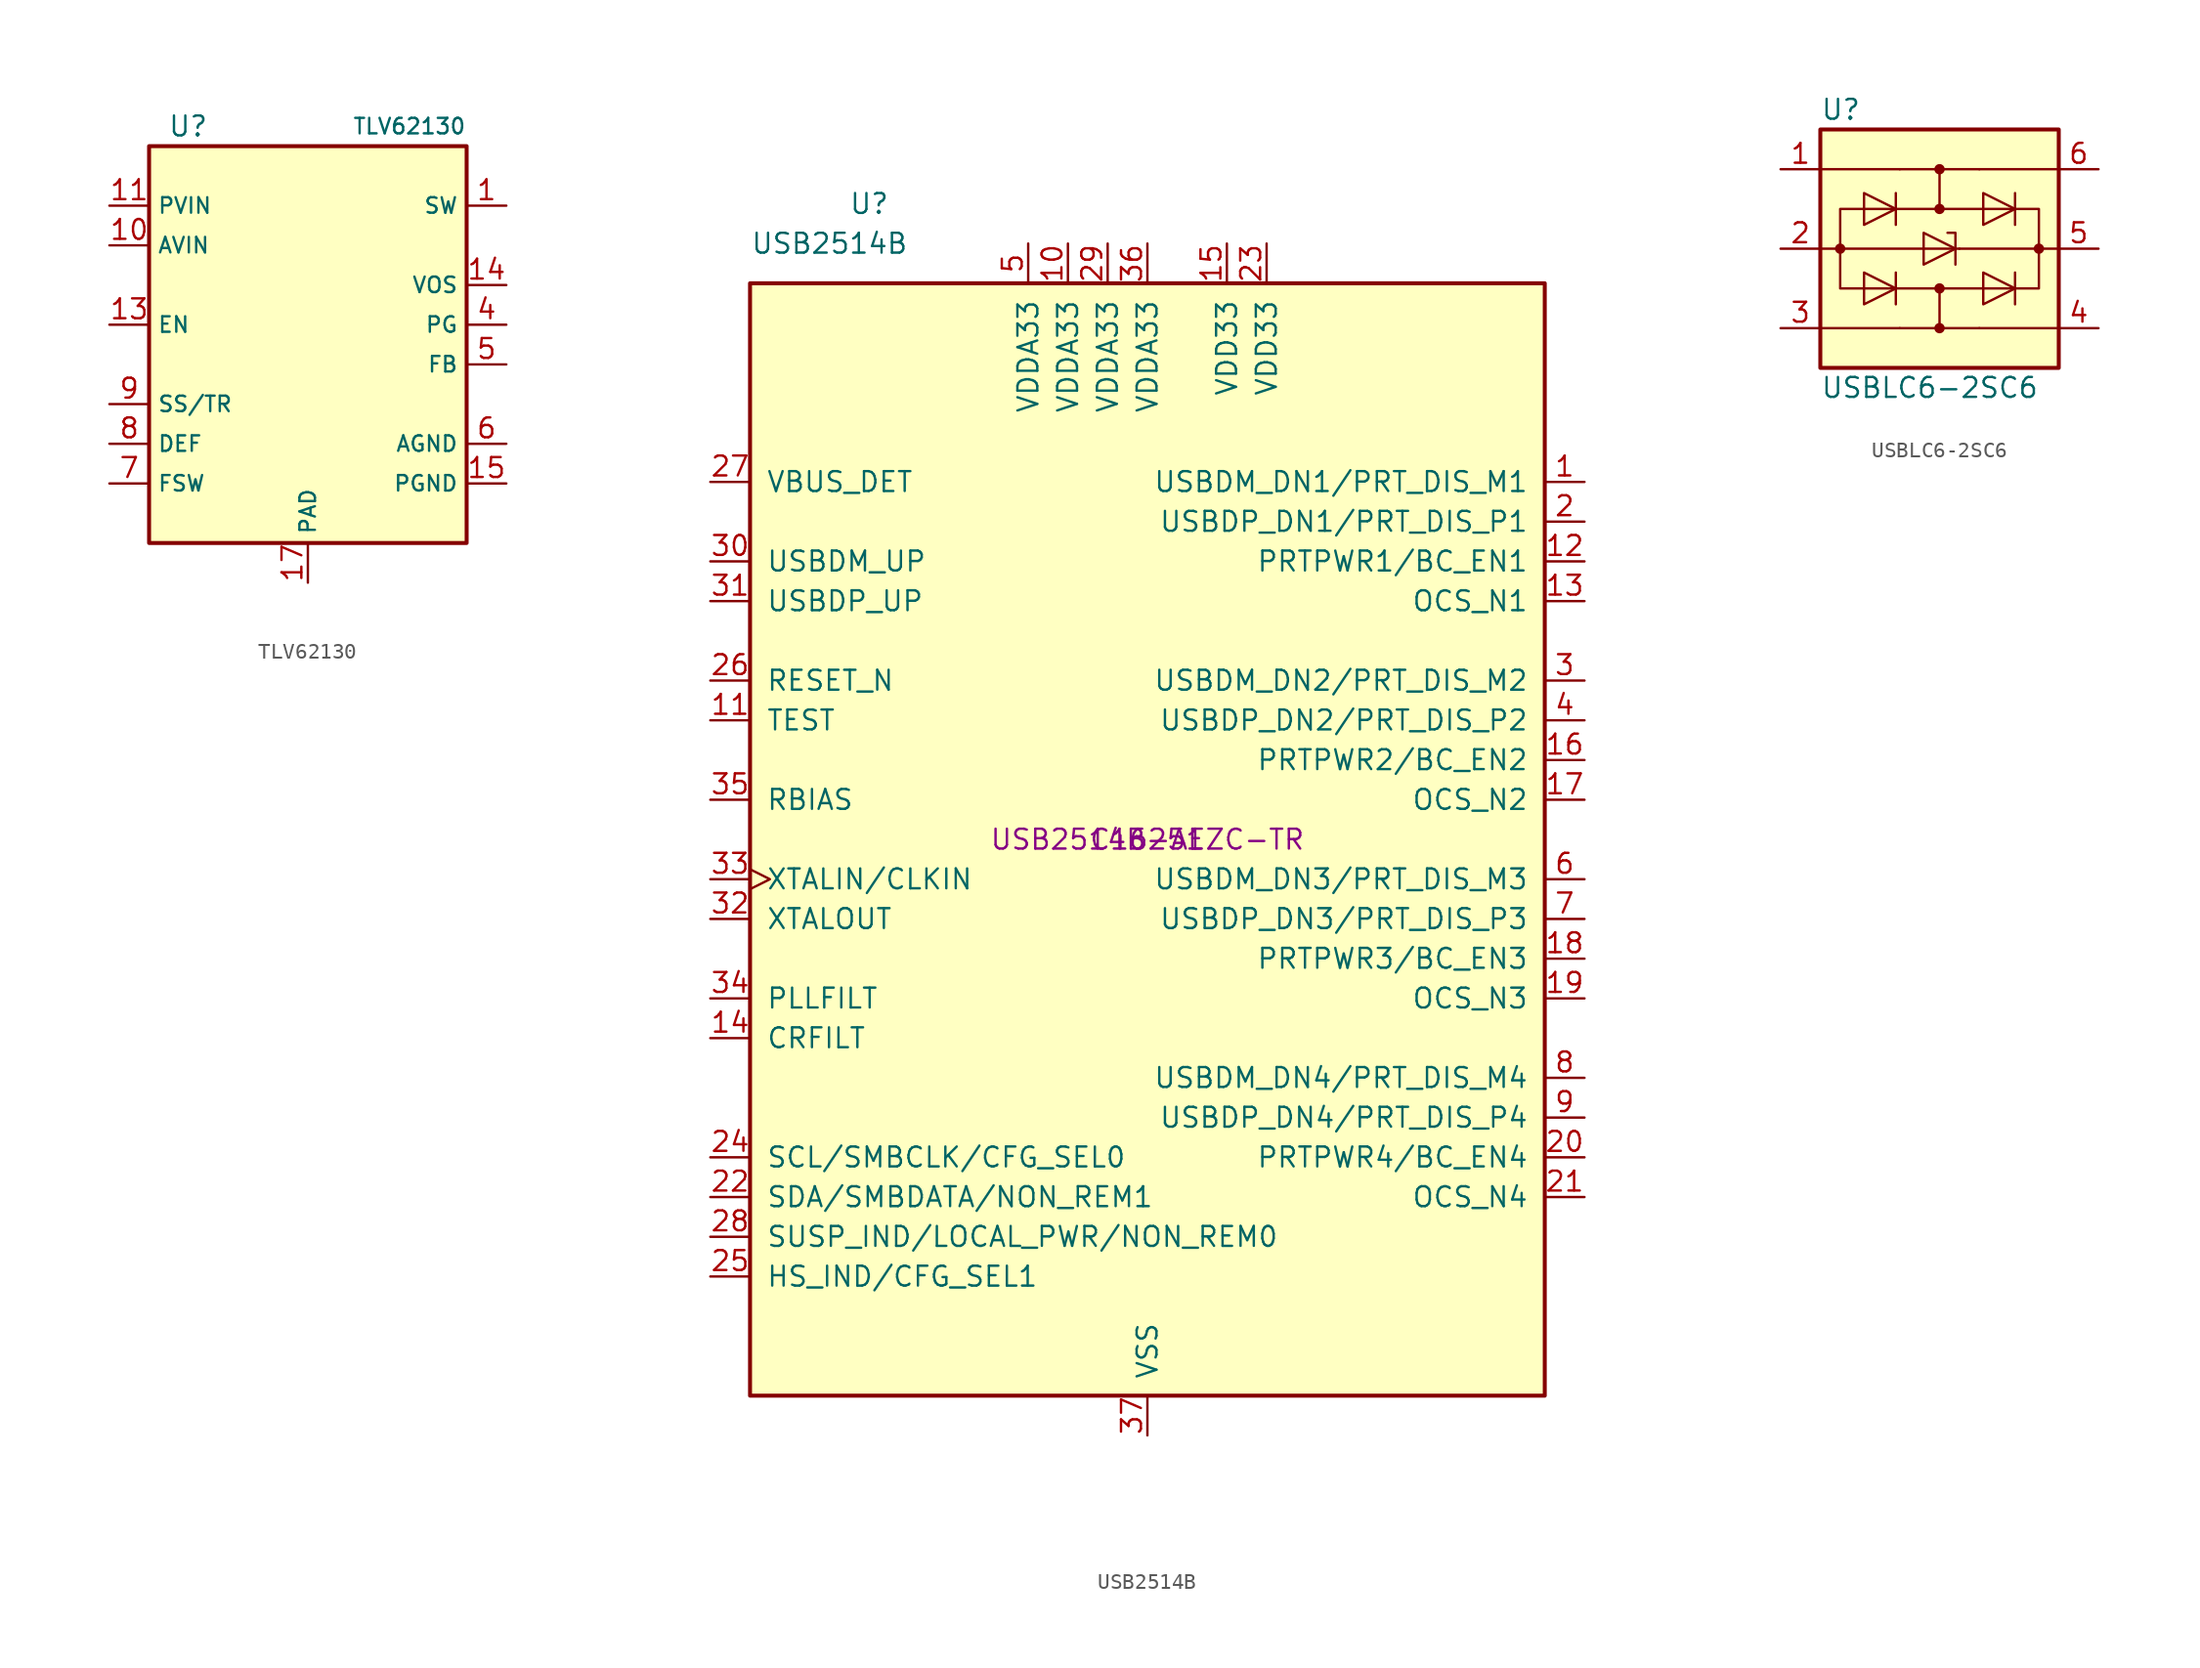
<source format=kicad_sym>
(kicad_symbol_lib
  (version 20211014)
  (generator kicad_symbol_editor)
  (symbol "TLV62130"
    (property "Reference" "U"
      (at -6.35 8.89 0)
      (effects (font (size 1.27 1.27)) (justify right)))
    (property "Value" "TLV62130"
      (at 10.16 8.89 0)
      (effects (font (size 0.991 0.991)) (justify right)))
    (symbol "TLV62130_0_1"
      (rectangle (start -10.16 7.62) (end 10.16 -17.78) (stroke (width 0.254) (type default) (color 0 0 0 0)) (fill (type background))))
    (symbol "TLV62130_1_1"
      (pin passive line (at 12.7 3.81 180) (length 2.54) (name "SW" (effects (font (size 0.991 0.991)))) (number "1" (effects (font (size 1.27 1.27)))))
      (pin power_in line (at -12.7 1.27 0) (length 2.54) (name "AVIN" (effects (font (size 0.991 0.991)))) (number "10" (effects (font (size 1.27 1.27)))))
      (pin power_in line (at -12.7 3.81 0) (length 2.54) (name "PVIN" (effects (font (size 0.991 0.991)))) (number "11" (effects (font (size 1.27 1.27)))))
      (pin power_in line (at -12.7 3.81 0) (length 2.54) hide (name "PVIN" (effects (font (size 0.991 0.991)))) (number "12" (effects (font (size 1.27 1.27)))))
      (pin passive line (at -12.7 -3.81 0) (length 2.54) (name "EN" (effects (font (size 0.991 0.991)))) (number "13" (effects (font (size 1.27 1.27)))))
      (pin passive line (at 12.7 -1.27 180) (length 2.54) (name "VOS" (effects (font (size 0.991 0.991)))) (number "14" (effects (font (size 1.27 1.27)))))
      (pin passive line (at 12.7 -13.97 180) (length 2.54) (name "PGND" (effects (font (size 0.991 0.991)))) (number "15" (effects (font (size 1.27 1.27)))))
      (pin passive line (at 12.7 -13.97 180) (length 2.54) hide (name "PGND" (effects (font (size 0.991 0.991)))) (number "16" (effects (font (size 1.27 1.27)))))
      (pin passive line (at 0 -20.32 90) (length 2.54) (name "PAD" (effects (font (size 0.991 0.991)))) (number "17" (effects (font (size 1.27 1.27)))))
      (pin passive line (at 12.7 3.81 180) (length 2.54) hide (name "SW" (effects (font (size 0.991 0.991)))) (number "2" (effects (font (size 1.27 1.27)))))
      (pin passive line (at 12.7 3.81 180) (length 2.54) hide (name "SW" (effects (font (size 0.991 0.991)))) (number "3" (effects (font (size 1.27 1.27)))))
      (pin passive line (at 12.7 -3.81 180) (length 2.54) (name "PG" (effects (font (size 0.991 0.991)))) (number "4" (effects (font (size 1.27 1.27)))))
      (pin input line (at 12.7 -6.35 180) (length 2.54) (name "FB" (effects (font (size 0.991 0.991)))) (number "5" (effects (font (size 1.27 1.27)))))
      (pin passive line (at 12.7 -11.43 180) (length 2.54) (name "AGND" (effects (font (size 0.991 0.991)))) (number "6" (effects (font (size 1.27 1.27)))))
      (pin passive line (at -12.7 -13.97 0) (length 2.54) (name "FSW" (effects (font (size 0.991 0.991)))) (number "7" (effects (font (size 1.27 1.27)))))
      (pin passive line (at -12.7 -11.43 0) (length 2.54) (name "DEF" (effects (font (size 0.991 0.991)))) (number "8" (effects (font (size 1.27 1.27)))))
      (pin passive line (at -12.7 -8.89 0) (length 2.54) (name "SS/TR" (effects (font (size 0.991 0.991)))) (number "9" (effects (font (size 1.27 1.27)))))))
  (symbol "USB2514B"
    (pin_names
      (offset 1.016))
    (property "Reference" "U"
      (at -17.78 40.64 0)
      (effects (font (size 1.27 1.27))))
    (property "Value" "USB2514B"
      (at -20.32 38.1 0)
      (effects (font (size 1.27 1.27))))
    (property "Manufacturer Part #" "USB2514B-AEZC-TR"
      (at 0 0 0)
      (effects (font (size 1.27 1.27))))
    (property "JLCPCB Part #" "C16251"
      (at 0 0 0)
      (effects (font (size 1.27 1.27))))
    (symbol "USB2514B_0_1"
      (rectangle (start -25.4 35.56) (end 25.4 -35.56) (stroke (width 0.254) (type default) (color 0 0 0 0)) (fill (type background))))
    (symbol "USB2514B_1_1"
      (pin bidirectional line (at 27.94 22.86 180) (length 2.54) (name "USBDM_DN1/PRT_DIS_M1" (effects (font (size 1.27 1.27)))) (number "1" (effects (font (size 1.27 1.27)))))
      (pin power_in line (at -5.08 38.1 270) (length 2.54) (name "VDDA33" (effects (font (size 1.27 1.27)))) (number "10" (effects (font (size 1.27 1.27)))))
      (pin input line (at -27.94 7.62 0) (length 2.54) (name "TEST" (effects (font (size 1.27 1.27)))) (number "11" (effects (font (size 1.27 1.27)))))
      (pin bidirectional line (at 27.94 17.78 180) (length 2.54) (name "PRTPWR1/BC_EN1" (effects (font (size 1.27 1.27)))) (number "12" (effects (font (size 1.27 1.27)))))
      (pin input line (at 27.94 15.24 180) (length 2.54) (name "OCS_N1" (effects (font (size 1.27 1.27)))) (number "13" (effects (font (size 1.27 1.27)))))
      (pin input line (at -27.94 -12.7 0) (length 2.54) (name "CRFILT" (effects (font (size 1.27 1.27)))) (number "14" (effects (font (size 1.27 1.27)))))
      (pin power_in line (at 5.08 38.1 270) (length 2.54) (name "VDD33" (effects (font (size 1.27 1.27)))) (number "15" (effects (font (size 1.27 1.27)))))
      (pin bidirectional line (at 27.94 5.08 180) (length 2.54) (name "PRTPWR2/BC_EN2" (effects (font (size 1.27 1.27)))) (number "16" (effects (font (size 1.27 1.27)))))
      (pin input line (at 27.94 2.54 180) (length 2.54) (name "OCS_N2" (effects (font (size 1.27 1.27)))) (number "17" (effects (font (size 1.27 1.27)))))
      (pin bidirectional line (at 27.94 -7.62 180) (length 2.54) (name "PRTPWR3/BC_EN3" (effects (font (size 1.27 1.27)))) (number "18" (effects (font (size 1.27 1.27)))))
      (pin input line (at 27.94 -10.16 180) (length 2.54) (name "OCS_N3" (effects (font (size 1.27 1.27)))) (number "19" (effects (font (size 1.27 1.27)))))
      (pin bidirectional line (at 27.94 20.32 180) (length 2.54) (name "USBDP_DN1/PRT_DIS_P1" (effects (font (size 1.27 1.27)))) (number "2" (effects (font (size 1.27 1.27)))))
      (pin bidirectional line (at 27.94 -20.32 180) (length 2.54) (name "PRTPWR4/BC_EN4" (effects (font (size 1.27 1.27)))) (number "20" (effects (font (size 1.27 1.27)))))
      (pin input line (at 27.94 -22.86 180) (length 2.54) (name "OCS_N4" (effects (font (size 1.27 1.27)))) (number "21" (effects (font (size 1.27 1.27)))))
      (pin bidirectional line (at -27.94 -22.86 0) (length 2.54) (name "SDA/SMBDATA/NON_REM1" (effects (font (size 1.27 1.27)))) (number "22" (effects (font (size 1.27 1.27)))))
      (pin power_in line (at 7.62 38.1 270) (length 2.54) (name "VDD33" (effects (font (size 1.27 1.27)))) (number "23" (effects (font (size 1.27 1.27)))))
      (pin bidirectional line (at -27.94 -20.32 0) (length 2.54) (name "SCL/SMBCLK/CFG_SEL0" (effects (font (size 1.27 1.27)))) (number "24" (effects (font (size 1.27 1.27)))))
      (pin bidirectional line (at -27.94 -27.94 0) (length 2.54) (name "HS_IND/CFG_SEL1" (effects (font (size 1.27 1.27)))) (number "25" (effects (font (size 1.27 1.27)))))
      (pin input line (at -27.94 10.16 0) (length 2.54) (name "RESET_N" (effects (font (size 1.27 1.27)))) (number "26" (effects (font (size 1.27 1.27)))))
      (pin input line (at -27.94 22.86 0) (length 2.54) (name "VBUS_DET" (effects (font (size 1.27 1.27)))) (number "27" (effects (font (size 1.27 1.27)))))
      (pin bidirectional line (at -27.94 -25.4 0) (length 2.54) (name "SUSP_IND/LOCAL_PWR/NON_REM0" (effects (font (size 1.27 1.27)))) (number "28" (effects (font (size 1.27 1.27)))))
      (pin power_in line (at -2.54 38.1 270) (length 2.54) (name "VDDA33" (effects (font (size 1.27 1.27)))) (number "29" (effects (font (size 1.27 1.27)))))
      (pin bidirectional line (at 27.94 10.16 180) (length 2.54) (name "USBDM_DN2/PRT_DIS_M2" (effects (font (size 1.27 1.27)))) (number "3" (effects (font (size 1.27 1.27)))))
      (pin bidirectional line (at -27.94 17.78 0) (length 2.54) (name "USBDM_UP" (effects (font (size 1.27 1.27)))) (number "30" (effects (font (size 1.27 1.27)))))
      (pin bidirectional line (at -27.94 15.24 0) (length 2.54) (name "USBDP_UP" (effects (font (size 1.27 1.27)))) (number "31" (effects (font (size 1.27 1.27)))))
      (pin output line (at -27.94 -5.08 0) (length 2.54) (name "XTALOUT" (effects (font (size 1.27 1.27)))) (number "32" (effects (font (size 1.27 1.27)))))
      (pin input clock (at -27.94 -2.54 0) (length 2.54) (name "XTALIN/CLKIN" (effects (font (size 1.27 1.27)))) (number "33" (effects (font (size 1.27 1.27)))))
      (pin input line (at -27.94 -10.16 0) (length 2.54) (name "PLLFILT" (effects (font (size 1.27 1.27)))) (number "34" (effects (font (size 1.27 1.27)))))
      (pin input line (at -27.94 2.54 0) (length 2.54) (name "RBIAS" (effects (font (size 1.27 1.27)))) (number "35" (effects (font (size 1.27 1.27)))))
      (pin power_in line (at 0 38.1 270) (length 2.54) (name "VDDA33" (effects (font (size 1.27 1.27)))) (number "36" (effects (font (size 1.27 1.27)))))
      (pin power_in line (at 0 -38.1 90) (length 2.54) (name "VSS" (effects (font (size 1.27 1.27)))) (number "37" (effects (font (size 1.27 1.27)))))
      (pin bidirectional line (at 27.94 7.62 180) (length 2.54) (name "USBDP_DN2/PRT_DIS_P2" (effects (font (size 1.27 1.27)))) (number "4" (effects (font (size 1.27 1.27)))))
      (pin power_in line (at -7.62 38.1 270) (length 2.54) (name "VDDA33" (effects (font (size 1.27 1.27)))) (number "5" (effects (font (size 1.27 1.27)))))
      (pin bidirectional line (at 27.94 -2.54 180) (length 2.54) (name "USBDM_DN3/PRT_DIS_M3" (effects (font (size 1.27 1.27)))) (number "6" (effects (font (size 1.27 1.27)))))
      (pin bidirectional line (at 27.94 -5.08 180) (length 2.54) (name "USBDP_DN3/PRT_DIS_P3" (effects (font (size 1.27 1.27)))) (number "7" (effects (font (size 1.27 1.27)))))
      (pin bidirectional line (at 27.94 -15.24 180) (length 2.54) (name "USBDM_DN4/PRT_DIS_M4" (effects (font (size 1.27 1.27)))) (number "8" (effects (font (size 1.27 1.27)))))
      (pin bidirectional line (at 27.94 -17.78 180) (length 2.54) (name "USBDP_DN4/PRT_DIS_P4" (effects (font (size 1.27 1.27)))) (number "9" (effects (font (size 1.27 1.27)))))))
  (symbol "USBLC6-2SC6"
    (pin_names hide)
    (property "Reference" "U"
      (at -7.62 8.89 0)
      (effects (font (size 1.27 1.27)) (justify left)))
    (property "Value" "USBLC6-2SC6"
      (at -7.62 -8.89 0)
      (effects (font (size 1.27 1.27)) (justify left)))
    (symbol "USBLC6-2SC6_0_1"
      (rectangle (start -7.62 7.62) (end 7.62 -7.62) (stroke (width 0.254) (type default) (color 0 0 0 0)) (fill (type background)))
      (circle (center -6.35 0) (radius 0.254) (stroke (width 0) (type default) (color 0 0 0 0)) (fill (type outline)))
      (circle (center 0 -5.08) (radius 0.254) (stroke (width 0) (type default) (color 0 0 0 0)) (fill (type outline)))
      (circle (center 0 -2.54) (radius 0.254) (stroke (width 0) (type default) (color 0 0 0 0)) (fill (type outline)))
      (polyline (pts (xy -7.62 0) (xy -6.35 0)) (stroke (width 0) (type default) (color 0 0 0 0)) (fill (type none)))
      (polyline (pts (xy -6.35 0) (xy 1.27 0)) (stroke (width 0) (type default) (color 0 0 0 0)) (fill (type none)))
      (polyline (pts (xy -2.794 -1.524) (xy -2.794 -3.556)) (stroke (width 0) (type default) (color 0 0 0 0)) (fill (type none)))
      (polyline (pts (xy -2.794 1.524) (xy -2.794 3.556)) (stroke (width 0) (type default) (color 0 0 0 0)) (fill (type none)))
      (polyline (pts (xy -2.54 -5.08) (xy -7.62 -5.08)) (stroke (width 0) (type default) (color 0 0 0 0)) (fill (type none)))
      (polyline (pts (xy -2.54 5.08) (xy -7.62 5.08)) (stroke (width 0) (type default) (color 0 0 0 0)) (fill (type none)))
      (polyline (pts (xy 0 -5.08) (xy -2.54 -5.08)) (stroke (width 0) (type default) (color 0 0 0 0)) (fill (type none)))
      (polyline (pts (xy 0 5.08) (xy -2.54 5.08)) (stroke (width 0) (type default) (color 0 0 0 0)) (fill (type none)))
      (polyline (pts (xy 1.27 0) (xy 6.35 0)) (stroke (width 0) (type default) (color 0 0 0 0)) (fill (type none)))
      (polyline (pts (xy 2.54 -5.08) (xy 7.62 -5.08)) (stroke (width 0) (type default) (color 0 0 0 0)) (fill (type none)))
      (polyline (pts (xy 2.54 5.08) (xy 7.62 5.08)) (stroke (width 0) (type default) (color 0 0 0 0)) (fill (type none)))
      (polyline (pts (xy 4.826 -1.524) (xy 4.826 -3.556)) (stroke (width 0) (type default) (color 0 0 0 0)) (fill (type none)))
      (polyline (pts (xy 4.826 1.524) (xy 4.826 3.556)) (stroke (width 0) (type default) (color 0 0 0 0)) (fill (type none)))
      (polyline (pts (xy 6.35 0) (xy 7.62 0)) (stroke (width 0) (type default) (color 0 0 0 0)) (fill (type none)))
      (polyline (pts (xy 0 -2.54) (xy 0 -5.08) (xy 2.54 -5.08)) (stroke (width 0) (type default) (color 0 0 0 0)) (fill (type none)))
      (polyline (pts (xy 0 2.54) (xy 0 5.08) (xy 2.54 5.08)) (stroke (width 0) (type default) (color 0 0 0 0)) (fill (type none)))
      (polyline (pts (xy -4.826 -3.556) (xy -4.826 -1.524) (xy -2.794 -2.54) (xy -4.826 -3.556)) (stroke (width 0) (type default) (color 0 0 0 0)) (fill (type none)))
      (polyline (pts (xy -4.826 3.556) (xy -4.826 1.524) (xy -2.794 2.54) (xy -4.826 3.556)) (stroke (width 0) (type default) (color 0 0 0 0)) (fill (type none)))
      (polyline (pts (xy -1.016 1.016) (xy -1.016 -1.016) (xy 1.016 0) (xy -1.016 1.016)) (stroke (width 0) (type default) (color 0 0 0 0)) (fill (type none)))
      (polyline (pts (xy 1.016 -1.016) (xy 1.016 -0.762) (xy 1.016 1.016) (xy 0.508 1.016)) (stroke (width 0) (type default) (color 0 0 0 0)) (fill (type none)))
      (polyline (pts (xy 2.794 -3.556) (xy 2.794 -1.524) (xy 4.826 -2.54) (xy 2.794 -3.556)) (stroke (width 0) (type default) (color 0 0 0 0)) (fill (type none)))
      (polyline (pts (xy 2.794 3.556) (xy 2.794 1.524) (xy 4.826 2.54) (xy 2.794 3.556)) (stroke (width 0) (type default) (color 0 0 0 0)) (fill (type none)))
      (circle (center 0 2.54) (radius 0.254) (stroke (width 0) (type default) (color 0 0 0 0)) (fill (type outline)))
      (circle (center 0 5.08) (radius 0.254) (stroke (width 0) (type default) (color 0 0 0 0)) (fill (type outline)))
      (circle (center 6.35 0) (radius 0.254) (stroke (width 0) (type default) (color 0 0 0 0)) (fill (type outline)))
      (rectangle (start 6.35 2.54) (end -6.35 -2.54) (stroke (width 0) (type default) (color 0 0 0 0)) (fill (type none))))
    (symbol "USBLC6-2SC6_1_1"
      (pin passive line (at -10.16 5.08 0) (length 2.54) (name "I/O1" (effects (font (size 1.27 1.27)))) (number "1" (effects (font (size 1.27 1.27)))))
      (pin passive line (at -10.16 0 0) (length 2.54) (name "GND" (effects (font (size 1.27 1.27)))) (number "2" (effects (font (size 1.27 1.27)))))
      (pin passive line (at -10.16 -5.08 0) (length 2.54) (name "I/O2" (effects (font (size 1.27 1.27)))) (number "3" (effects (font (size 1.27 1.27)))))
      (pin passive line (at 10.16 -5.08 180) (length 2.54) (name "I/O2" (effects (font (size 1.27 1.27)))) (number "4" (effects (font (size 1.27 1.27)))))
      (pin passive line (at 10.16 0 180) (length 2.54) (name "VBUS" (effects (font (size 1.27 1.27)))) (number "5" (effects (font (size 1.27 1.27)))))
      (pin passive line (at 10.16 5.08 180) (length 2.54) (name "I/O1" (effects (font (size 1.27 1.27)))) (number "6" (effects (font (size 1.27 1.27))))))))
</source>
